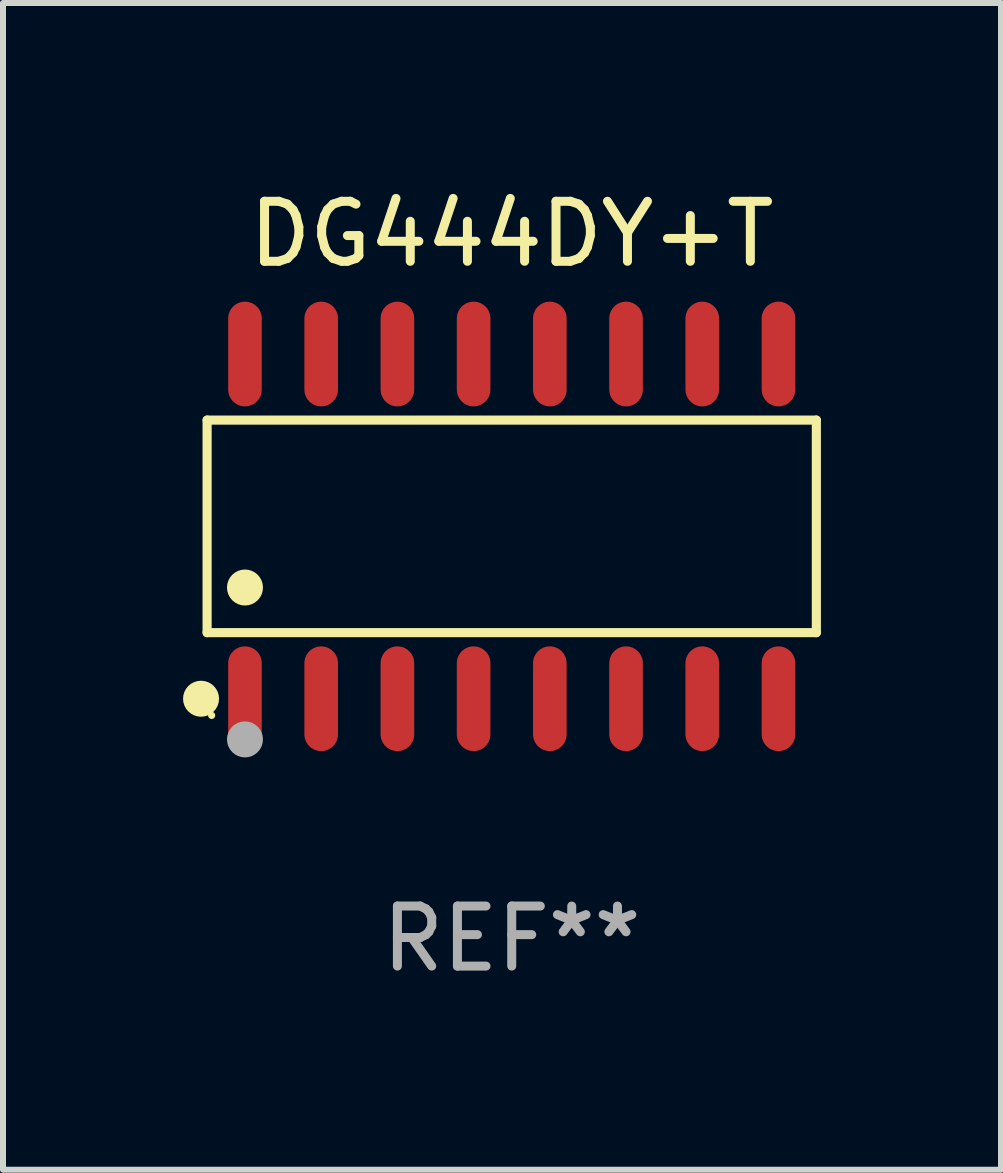
<source format=kicad_pcb>
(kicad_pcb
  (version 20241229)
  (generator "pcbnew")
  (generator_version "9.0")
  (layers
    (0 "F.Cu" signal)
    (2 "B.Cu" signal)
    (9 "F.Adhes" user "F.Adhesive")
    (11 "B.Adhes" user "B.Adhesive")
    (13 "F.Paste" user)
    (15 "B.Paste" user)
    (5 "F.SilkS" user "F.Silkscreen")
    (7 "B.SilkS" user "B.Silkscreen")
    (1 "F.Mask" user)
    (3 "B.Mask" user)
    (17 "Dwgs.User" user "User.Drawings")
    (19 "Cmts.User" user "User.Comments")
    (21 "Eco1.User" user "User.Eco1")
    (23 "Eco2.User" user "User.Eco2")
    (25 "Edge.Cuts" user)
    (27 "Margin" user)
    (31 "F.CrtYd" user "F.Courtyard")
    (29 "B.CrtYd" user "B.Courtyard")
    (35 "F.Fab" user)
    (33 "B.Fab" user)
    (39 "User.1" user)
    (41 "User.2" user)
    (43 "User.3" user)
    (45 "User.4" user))
  (footprint "DG444DY+T"
    (layer "F.Cu")
    (at 5.477 5.721)
    (property "Reference" "DG444DY+T" (at 0 -4.872 0) (layer "F.SilkS") (effects (font (size 1 1) (thickness 0.15))))
    (attr through_hole)
    (fp_line (start -5.076 -1.771) (end 5.076 -1.771) (stroke (width 0.152) (type solid)) (layer "F.SilkS"))
    (fp_line (start -5.076 1.771) (end -5.076 -1.771) (stroke (width 0.152) (type solid)) (layer "F.SilkS"))
    (fp_line (start 5.076 -1.771) (end 5.076 1.771) (stroke (width 0.152) (type solid)) (layer "F.SilkS"))
    (fp_line (start 5.076 1.771) (end -5.076 1.771) (stroke (width 0.152) (type solid)) (layer "F.SilkS"))
    (fp_circle (center -5.177 2.872) (end -5.027 2.872) (stroke (width 0.3) (type solid)) (fill no) (layer "F.SilkS"))
    (fp_circle (center -5 3.15) (end -4.97 3.15) (stroke (width 0.06) (type solid)) (fill no) (layer "F.SilkS"))
    (fp_circle (center -4.445 1.019) (end -4.295 1.019) (stroke (width 0.3) (type solid)) (fill no) (layer "F.SilkS"))
    (fp_circle (center -4.445 3.55) (end -4.295 3.55) (stroke (width 0.3) (type solid)) (fill no) (layer "F.Fab"))
    (fp_text user "REF**" (at 0 6.872 0) (layer "F.Fab") (effects (font (size 1 1) (thickness 0.15))))
    (pad "1" smd oval (at -4.445 2.872) (size 0.56 1.745) (layers "F.Cu" "F.Mask" "F.Paste"))
    (pad "2" smd oval (at -3.175 2.872) (size 0.56 1.745) (layers "F.Cu" "F.Mask" "F.Paste"))
    (pad "3" smd oval (at -1.905 2.872) (size 0.56 1.745) (layers "F.Cu" "F.Mask" "F.Paste"))
    (pad "4" smd oval (at -0.635 2.872) (size 0.56 1.745) (layers "F.Cu" "F.Mask" "F.Paste"))
    (pad "5" smd oval (at 0.635 2.872) (size 0.56 1.745) (layers "F.Cu" "F.Mask" "F.Paste"))
    (pad "6" smd oval (at 1.905 2.872) (size 0.56 1.745) (layers "F.Cu" "F.Mask" "F.Paste"))
    (pad "7" smd oval (at 3.175 2.872) (size 0.56 1.745) (layers "F.Cu" "F.Mask" "F.Paste"))
    (pad "8" smd oval (at 4.445 2.872) (size 0.56 1.745) (layers "F.Cu" "F.Mask" "F.Paste"))
    (pad "9" smd oval (at 4.445 -2.872) (size 0.56 1.745) (layers "F.Cu" "F.Mask" "F.Paste"))
    (pad "10" smd oval (at 3.175 -2.872) (size 0.56 1.745) (layers "F.Cu" "F.Mask" "F.Paste"))
    (pad "11" smd oval (at 1.905 -2.872) (size 0.56 1.745) (layers "F.Cu" "F.Mask" "F.Paste"))
    (pad "12" smd oval (at 0.635 -2.872) (size 0.56 1.745) (layers "F.Cu" "F.Mask" "F.Paste"))
    (pad "13" smd oval (at -0.635 -2.872) (size 0.56 1.745) (layers "F.Cu" "F.Mask" "F.Paste"))
    (pad "14" smd oval (at -1.905 -2.872) (size 0.56 1.745) (layers "F.Cu" "F.Mask" "F.Paste"))
    (pad "15" smd oval (at -3.175 -2.872) (size 0.56 1.745) (layers "F.Cu" "F.Mask" "F.Paste"))
    (pad "16" smd oval (at -4.445 -2.872) (size 0.56 1.745) (layers "F.Cu" "F.Mask" "F.Paste")))
  (gr_rect
    (start -3 -3)
    (end 13.63 16.441)
    (stroke (width 0.1) (type default))
    (fill no)
    (layer "Edge.Cuts")))
</source>
